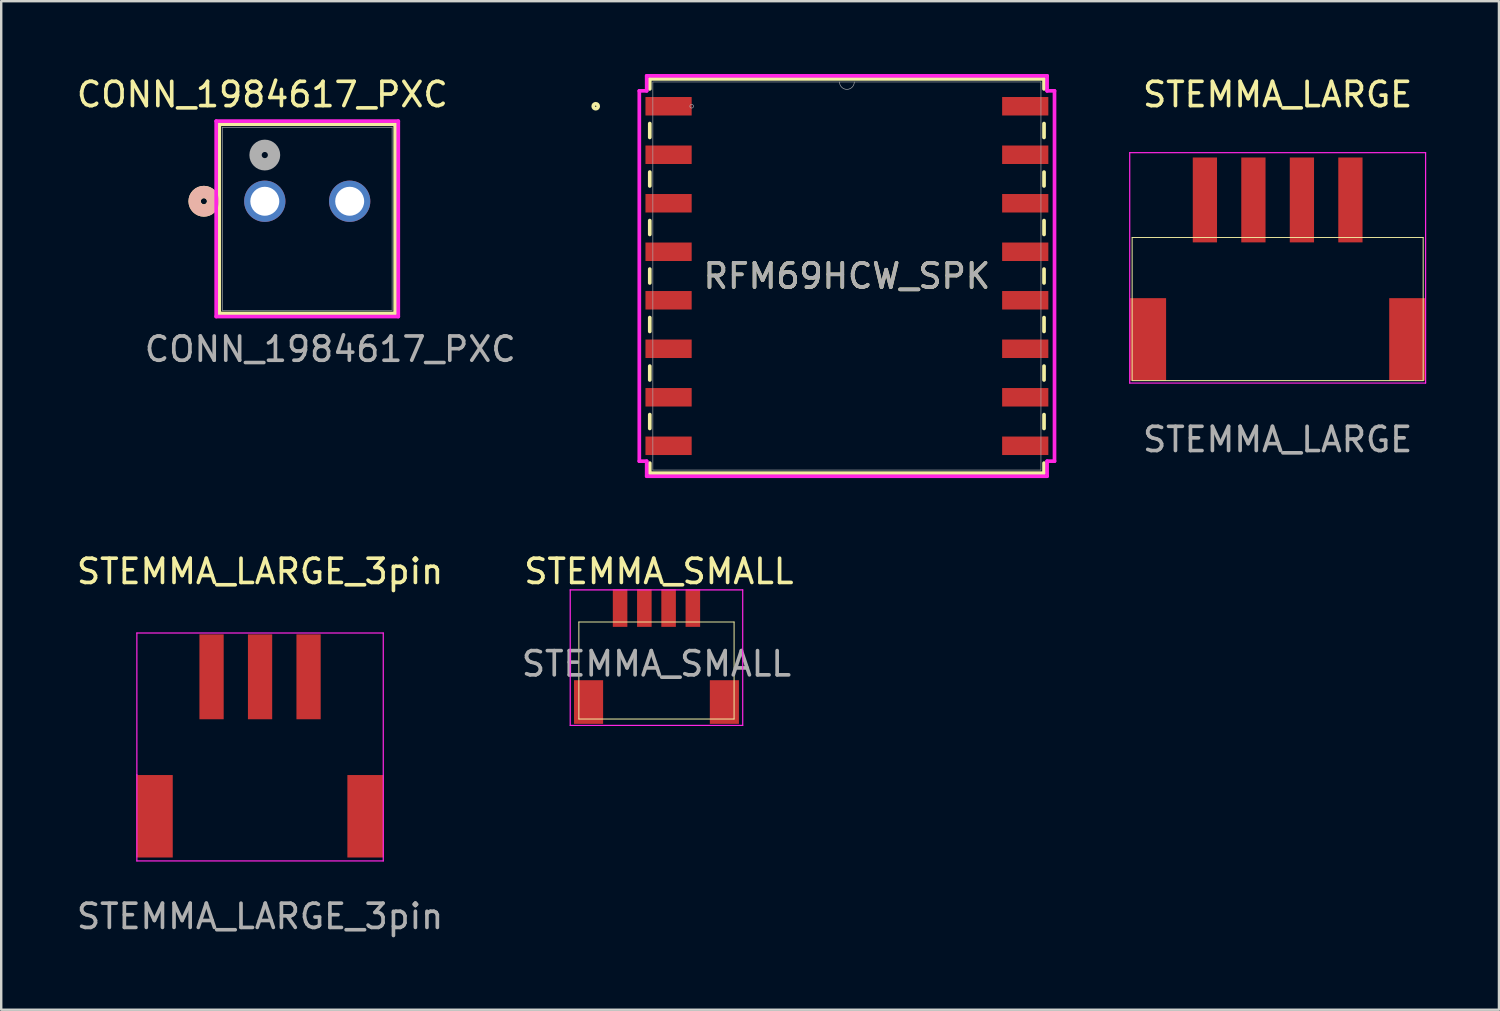
<source format=kicad_pcb>
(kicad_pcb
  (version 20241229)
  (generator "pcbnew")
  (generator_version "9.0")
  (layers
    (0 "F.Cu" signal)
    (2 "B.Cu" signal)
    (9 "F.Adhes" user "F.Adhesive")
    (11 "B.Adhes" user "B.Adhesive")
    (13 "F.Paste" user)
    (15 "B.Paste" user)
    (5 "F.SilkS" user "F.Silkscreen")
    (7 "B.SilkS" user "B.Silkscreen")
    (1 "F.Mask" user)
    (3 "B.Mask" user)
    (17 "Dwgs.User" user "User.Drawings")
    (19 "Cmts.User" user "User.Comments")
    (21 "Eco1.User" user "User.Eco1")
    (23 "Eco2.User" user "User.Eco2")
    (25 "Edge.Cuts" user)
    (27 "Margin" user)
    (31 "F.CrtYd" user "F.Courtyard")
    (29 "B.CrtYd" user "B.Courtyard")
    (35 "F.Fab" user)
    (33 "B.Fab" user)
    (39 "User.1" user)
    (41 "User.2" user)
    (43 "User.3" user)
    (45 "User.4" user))
  (footprint "STEMMA_LARGE"
    (layer "F.Cu")
    (at 49.631 6.944)
    (property "Reference" "STEMMA_LARGE" (at 0 -6.096 0) (unlocked yes) (layer "F.SilkS") (effects (font (size 1 1) (thickness 0.15))))
    (attr smd)
    (fp_line (start -6 -0.2) (end -6 5.7) (stroke (width 0.04) (type default)) (layer "F.SilkS"))
    (fp_line (start -6 -0.2) (end 6 -0.2) (stroke (width 0.04) (type default)) (layer "F.SilkS"))
    (fp_line (start -6 5.7) (end 6 5.7) (stroke (width 0.04) (type default)) (layer "F.SilkS"))
    (fp_line (start 6 -0.2) (end 6 5.7) (stroke (width 0.04) (type default)) (layer "F.SilkS"))
    (fp_line (start -6.1 -3.7) (end 6.1 -3.7) (stroke (width 0.05) (type default)) (layer "F.CrtYd"))
    (fp_line (start -6.1 5.8) (end -6.1 -3.7) (stroke (width 0.05) (type default)) (layer "F.CrtYd"))
    (fp_line (start 6.1 -3.7) (end 6.1 5.8) (stroke (width 0.05) (type default)) (layer "F.CrtYd"))
    (fp_line (start 6.1 5.8) (end -6.1 5.8) (stroke (width 0.05) (type default)) (layer "F.CrtYd"))
    (fp_text user "${REFERENCE}" (at 0 8.128 0) (unlocked yes) (layer "F.Fab") (effects (font (size 1 1) (thickness 0.15))))
    (pad "1" smd rect (at -3 -1.75) (size 1 3.5) (layers "F.Cu" "F.Mask" "F.Paste"))
    (pad "2" smd rect (at -1 -1.75) (size 1 3.5) (layers "F.Cu" "F.Mask" "F.Paste"))
    (pad "3" smd rect (at 1 -1.75) (size 1 3.5) (layers "F.Cu" "F.Mask" "F.Paste"))
    (pad "4" smd rect (at 3 -1.75) (size 1 3.5) (layers "F.Cu" "F.Mask" "F.Paste"))
    (pad "5" smd rect (at -5.35 4) (size 1.5 3.4) (layers "F.Cu" "F.Mask" "F.Paste"))
    (pad "6" smd rect (at 5.35 4) (size 1.5 3.4) (layers "F.Cu" "F.Mask" "F.Paste")))
  (footprint "STEMMA_LARGE_3pin"
    (layer "F.Cu")
    (at 7.673 26.607)
    (property "Reference" "STEMMA_LARGE_3pin" (at 0 -6.096 0) (unlocked yes) (layer "F.SilkS") (effects (font (size 1 1) (thickness 0.15))))
    (attr smd)
    (fp_line (start -5.08 -3.556) (end 5.08 -3.556) (stroke (width 0.05) (type default)) (layer "F.CrtYd"))
    (fp_line (start -5.08 2.286) (end -5.08 -3.556) (stroke (width 0.05) (type default)) (layer "F.CrtYd"))
    (fp_line (start -5.08 5.842) (end -5.08 2.286) (stroke (width 0.05) (type default)) (layer "F.CrtYd"))
    (fp_line (start 5.08 -3.556) (end 5.08 5.842) (stroke (width 0.05) (type default)) (layer "F.CrtYd"))
    (fp_line (start 5.08 5.842) (end -5.08 5.842) (stroke (width 0.05) (type default)) (layer "F.CrtYd"))
    (fp_text user "${REFERENCE}" (at 0 8.128 0) (unlocked yes) (layer "F.Fab") (effects (font (size 1 1) (thickness 0.15))))
    (pad "1" smd rect (at -2 -1.75) (size 1 3.5) (layers "F.Cu" "F.Mask" "F.Paste"))
    (pad "2" smd rect (at 0 -1.75) (size 1 3.5) (layers "F.Cu" "F.Mask" "F.Paste"))
    (pad "3" smd rect (at 2 -1.75) (size 1 3.5) (layers "F.Cu" "F.Mask" "F.Paste"))
    (pad "4" smd rect (at 4.35 4) (size 1.5 3.4) (layers "F.Cu" "F.Mask" "F.Paste"))
    (pad "5" smd rect (at -4.35 4) (size 1.5 3.4) (layers "F.Cu" "F.Mask" "F.Paste")))
  (footprint "STEMMA_SMALL"
    (layer "F.Cu")
    (at 24.018 22.797)
    (property "Reference" "STEMMA_SMALL" (at 0.1 -2.286 0) (unlocked yes) (layer "F.SilkS") (effects (font (size 1 1) (thickness 0.15))))
    (attr smd)
    (fp_line (start -3.2 -0.2) (end -3.2 3.8) (stroke (width 0.04) (type default)) (layer "F.SilkS"))
    (fp_line (start -3.2 -0.2) (end 3.2 -0.2) (stroke (width 0.04) (type default)) (layer "F.SilkS"))
    (fp_line (start -3.2 3.8) (end 3.2 3.8) (stroke (width 0.04) (type default)) (layer "F.SilkS"))
    (fp_line (start 3.2 -0.2) (end 3.2 3.8) (stroke (width 0.04) (type default)) (layer "F.SilkS"))
    (fp_line (start -3.556 -1.524) (end 3.556 -1.524) (stroke (width 0.05) (type default)) (layer "F.CrtYd"))
    (fp_line (start -3.556 4.064) (end -3.556 -1.524) (stroke (width 0.05) (type default)) (layer "F.CrtYd"))
    (fp_line (start 3.556 -1.524) (end 3.556 4.064) (stroke (width 0.05) (type default)) (layer "F.CrtYd"))
    (fp_line (start 3.556 4.064) (end -3.556 4.064) (stroke (width 0.05) (type default)) (layer "F.CrtYd"))
    (fp_text user "${REFERENCE}" (at 0 1.524 0) (unlocked yes) (layer "F.Fab") (effects (font (size 1 1) (thickness 0.15))))
    (pad "1" smd rect (at -1.5 -0.775) (size 0.6 1.55) (layers "F.Cu" "F.Mask" "F.Paste"))
    (pad "2" smd rect (at -0.5 -0.775) (size 0.6 1.55) (layers "F.Cu" "F.Mask" "F.Paste"))
    (pad "3" smd rect (at 0.5 -0.775) (size 0.6 1.55) (layers "F.Cu" "F.Mask" "F.Paste"))
    (pad "4" smd rect (at 1.5 -0.775) (size 0.6 1.55) (layers "F.Cu" "F.Mask" "F.Paste"))
    (pad "5" smd rect (at 2.8 3.1) (size 1.2 1.8) (layers "F.Cu" "F.Mask" "F.Paste"))
    (pad "6" smd rect (at -2.8 3.1) (size 1.2 1.8) (layers "F.Cu" "F.Mask" "F.Paste")))
  (footprint "CONN_1984617_PXC"
    (layer "F.Cu")
    (at 7.868 5.248)
    (property "Reference" "CONN_1984617_PXC" (at -0.1 -4.4 0) (unlocked yes) (layer "F.SilkS") (effects (font (size 1 1) (thickness 0.15))))
    (attr through_hole)
    (fp_line (start -1.877 -3.177) (end -1.877 4.627) (stroke (width 0.152) (type solid)) (layer "F.SilkS"))
    (fp_line (start -1.877 4.627) (end 5.377 4.627) (stroke (width 0.152) (type solid)) (layer "F.SilkS"))
    (fp_line (start 5.377 -3.177) (end -1.877 -3.177) (stroke (width 0.152) (type solid)) (layer "F.SilkS"))
    (fp_line (start 5.377 4.627) (end 5.377 -3.177) (stroke (width 0.152) (type solid)) (layer "F.SilkS"))
    (fp_circle (center -2.512 0) (end -2.131 0) (stroke (width 0.508) (type solid)) (fill no) (layer "F.SilkS"))
    (fp_circle (center -2.512 0) (end -2.131 0) (stroke (width 0.508) (type solid)) (fill no) (layer "B.SilkS"))
    (fp_line (start -2.004 -3.304) (end -2.004 4.754) (stroke (width 0.152) (type solid)) (layer "F.CrtYd"))
    (fp_line (start -2.004 4.754) (end 5.504 4.754) (stroke (width 0.152) (type solid)) (layer "F.CrtYd"))
    (fp_line (start 5.504 -3.304) (end -2.004 -3.304) (stroke (width 0.152) (type solid)) (layer "F.CrtYd"))
    (fp_line (start 5.504 4.754) (end 5.504 -3.304) (stroke (width 0.152) (type solid)) (layer "F.CrtYd"))
    (fp_line (start -1.75 -3.05) (end -1.75 4.5) (stroke (width 0.025) (type solid)) (layer "F.Fab"))
    (fp_line (start -1.75 4.5) (end 5.25 4.5) (stroke (width 0.025) (type solid)) (layer "F.Fab"))
    (fp_line (start 5.25 -3.05) (end -1.75 -3.05) (stroke (width 0.025) (type solid)) (layer "F.Fab"))
    (fp_line (start 5.25 4.5) (end 5.25 -3.05) (stroke (width 0.025) (type solid)) (layer "F.Fab"))
    (fp_circle (center 0 -1.905) (end 0.381 -1.905) (stroke (width 0.508) (type solid)) (fill no) (layer "F.Fab"))
    (fp_text user "${REFERENCE}" (at 2.7 6.1 0) (unlocked yes) (layer "F.Fab") (effects (font (size 1 1) (thickness 0.15))))
    (pad "1" thru_hole circle (at -0.000001 0) (size 1.702 1.702) (drill 1.194) (layers "*.Cu" "*.Mask"))
    (pad "2" thru_hole circle (at 3.5 0) (size 1.702 1.702) (drill 1.194) (layers "*.Cu" "*.Mask")))
  (footprint "RFM69HCW_SPK"
    (layer "F.Cu")
    (at 31.87 8.331)
    (property "Reference" "RFM69HCW_SPK" (at 0 0 0) (unlocked yes) (layer "F.SilkS") (effects (font (size 1 1) (thickness 0.15))))
    (attr smd)
    (fp_line (start -8.128 -8.128) (end -8.128 -7.714) (stroke (width 0.152) (type solid)) (layer "F.SilkS"))
    (fp_line (start -8.128 -6.286) (end -8.128 -5.714) (stroke (width 0.152) (type solid)) (layer "F.SilkS"))
    (fp_line (start -8.128 -4.286) (end -8.128 -3.714) (stroke (width 0.152) (type solid)) (layer "F.SilkS"))
    (fp_line (start -8.128 -2.286) (end -8.128 -1.714) (stroke (width 0.152) (type solid)) (layer "F.SilkS"))
    (fp_line (start -8.128 -0.286) (end -8.128 0.286) (stroke (width 0.152) (type solid)) (layer "F.SilkS"))
    (fp_line (start -8.128 1.714) (end -8.128 2.286) (stroke (width 0.152) (type solid)) (layer "F.SilkS"))
    (fp_line (start -8.128 3.714) (end -8.128 4.286) (stroke (width 0.152) (type solid)) (layer "F.SilkS"))
    (fp_line (start -8.128 5.714) (end -8.128 6.286) (stroke (width 0.152) (type solid)) (layer "F.SilkS"))
    (fp_line (start -8.128 7.714) (end -8.128 8.128) (stroke (width 0.152) (type solid)) (layer "F.SilkS"))
    (fp_line (start -8.128 8.128) (end 8.128 8.128) (stroke (width 0.152) (type solid)) (layer "F.SilkS"))
    (fp_line (start 8.128 -8.128) (end -8.128 -8.128) (stroke (width 0.152) (type solid)) (layer "F.SilkS"))
    (fp_line (start 8.128 -7.714) (end 8.128 -8.128) (stroke (width 0.152) (type solid)) (layer "F.SilkS"))
    (fp_line (start 8.128 -5.714) (end 8.128 -6.286) (stroke (width 0.152) (type solid)) (layer "F.SilkS"))
    (fp_line (start 8.128 -3.714) (end 8.128 -4.286) (stroke (width 0.152) (type solid)) (layer "F.SilkS"))
    (fp_line (start 8.128 -1.714) (end 8.128 -2.286) (stroke (width 0.152) (type solid)) (layer "F.SilkS"))
    (fp_line (start 8.128 0.286) (end 8.128 -0.286) (stroke (width 0.152) (type solid)) (layer "F.SilkS"))
    (fp_line (start 8.128 2.286) (end 8.128 1.714) (stroke (width 0.152) (type solid)) (layer "F.SilkS"))
    (fp_line (start 8.128 4.286) (end 8.128 3.714) (stroke (width 0.152) (type solid)) (layer "F.SilkS"))
    (fp_line (start 8.128 6.286) (end 8.128 5.714) (stroke (width 0.152) (type solid)) (layer "F.SilkS"))
    (fp_line (start 8.128 8.128) (end 8.128 7.714) (stroke (width 0.152) (type solid)) (layer "F.SilkS"))
    (fp_circle (center -10.357 -7) (end -10.255 -7) (stroke (width 0.152) (type solid)) (fill no) (layer "F.SilkS"))
    (fp_line (start -8.56 -7.635) (end -8.255 -7.635) (stroke (width 0.152) (type solid)) (layer "F.CrtYd"))
    (fp_line (start -8.56 7.635) (end -8.56 -7.635) (stroke (width 0.152) (type solid)) (layer "F.CrtYd"))
    (fp_line (start -8.56 7.635) (end -8.255 7.635) (stroke (width 0.152) (type solid)) (layer "F.CrtYd"))
    (fp_line (start -8.255 -8.255) (end 8.255 -8.255) (stroke (width 0.152) (type solid)) (layer "F.CrtYd"))
    (fp_line (start -8.255 -7.635) (end -8.255 -8.255) (stroke (width 0.152) (type solid)) (layer "F.CrtYd"))
    (fp_line (start -8.255 8.255) (end -8.255 7.635) (stroke (width 0.152) (type solid)) (layer "F.CrtYd"))
    (fp_line (start 8.255 -8.255) (end 8.255 -7.635) (stroke (width 0.152) (type solid)) (layer "F.CrtYd"))
    (fp_line (start 8.255 7.635) (end 8.255 8.255) (stroke (width 0.152) (type solid)) (layer "F.CrtYd"))
    (fp_line (start 8.255 8.255) (end -8.255 8.255) (stroke (width 0.152) (type solid)) (layer "F.CrtYd"))
    (fp_line (start 8.56 -7.635) (end 8.255 -7.635) (stroke (width 0.152) (type solid)) (layer "F.CrtYd"))
    (fp_line (start 8.56 -7.635) (end 8.56 7.635) (stroke (width 0.152) (type solid)) (layer "F.CrtYd"))
    (fp_line (start 8.56 7.635) (end 8.255 7.635) (stroke (width 0.152) (type solid)) (layer "F.CrtYd"))
    (fp_line (start -8.001 -8.001) (end -8.001 8.001) (stroke (width 0.025) (type solid)) (layer "F.Fab"))
    (fp_line (start -8.001 8.001) (end 8.001 8.001) (stroke (width 0.025) (type solid)) (layer "F.Fab"))
    (fp_line (start 8.001 -8.001) (end -8.001 -8.001) (stroke (width 0.025) (type solid)) (layer "F.Fab"))
    (fp_line (start 8.001 8.001) (end 8.001 -8.001) (stroke (width 0.025) (type solid)) (layer "F.Fab"))
    (fp_arc (start 0.3048 -8.001) (mid 0 -7.6962) (end -0.3048 -8.001) (stroke (width 0.0254) (type solid)) (layer "F.Fab"))
    (fp_circle (center -6.401 -7) (end -6.325 -7) (stroke (width 0.025) (type solid)) (fill no) (layer "F.Fab"))
    (fp_text user "${REFERENCE}" (at 0 0 0) (unlocked yes) (layer "F.Fab") (effects (font (size 1 1) (thickness 0.15))))
    (pad "1" smd rect (at -7.353 -7) (size 1.905 0.762) (layers "F.Cu" "F.Mask" "F.Paste"))
    (pad "2" smd rect (at -7.353 -5) (size 1.905 0.762) (layers "F.Cu" "F.Mask" "F.Paste"))
    (pad "3" smd rect (at -7.353 -3) (size 1.905 0.762) (layers "F.Cu" "F.Mask" "F.Paste"))
    (pad "4" smd rect (at -7.353 -1) (size 1.905 0.762) (layers "F.Cu" "F.Mask" "F.Paste"))
    (pad "5" smd rect (at -7.353 1) (size 1.905 0.762) (layers "F.Cu" "F.Mask" "F.Paste"))
    (pad "6" smd rect (at -7.353 3) (size 1.905 0.762) (layers "F.Cu" "F.Mask" "F.Paste"))
    (pad "7" smd rect (at -7.353 5) (size 1.905 0.762) (layers "F.Cu" "F.Mask" "F.Paste"))
    (pad "8" smd rect (at -7.353 7) (size 1.905 0.762) (layers "F.Cu" "F.Mask" "F.Paste"))
    (pad "9" smd rect (at 7.353 7) (size 1.905 0.762) (layers "F.Cu" "F.Mask" "F.Paste"))
    (pad "10" smd rect (at 7.353 5) (size 1.905 0.762) (layers "F.Cu" "F.Mask" "F.Paste"))
    (pad "11" smd rect (at 7.353 3) (size 1.905 0.762) (layers "F.Cu" "F.Mask" "F.Paste"))
    (pad "12" smd rect (at 7.353 1) (size 1.905 0.762) (layers "F.Cu" "F.Mask" "F.Paste"))
    (pad "13" smd rect (at 7.353 -1) (size 1.905 0.762) (layers "F.Cu" "F.Mask" "F.Paste"))
    (pad "14" smd rect (at 7.353 -3) (size 1.905 0.762) (layers "F.Cu" "F.Mask" "F.Paste"))
    (pad "15" smd rect (at 7.353 -5) (size 1.905 0.762) (layers "F.Cu" "F.Mask" "F.Paste"))
    (pad "16" smd rect (at 7.353 -7) (size 1.905 0.762) (layers "F.Cu" "F.Mask" "F.Paste")))
  (gr_rect
    (start -3 -3)
    (end 58.756 38.583)
    (stroke (width 0.1) (type default))
    (fill no)
    (layer "Edge.Cuts")))
</source>
